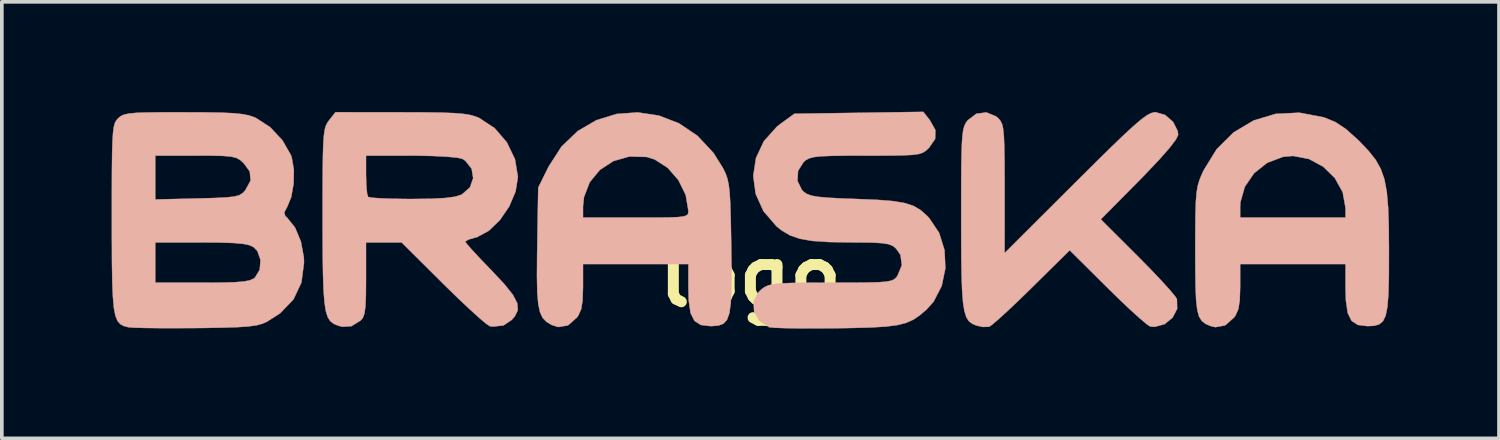
<source format=kicad_pcb>
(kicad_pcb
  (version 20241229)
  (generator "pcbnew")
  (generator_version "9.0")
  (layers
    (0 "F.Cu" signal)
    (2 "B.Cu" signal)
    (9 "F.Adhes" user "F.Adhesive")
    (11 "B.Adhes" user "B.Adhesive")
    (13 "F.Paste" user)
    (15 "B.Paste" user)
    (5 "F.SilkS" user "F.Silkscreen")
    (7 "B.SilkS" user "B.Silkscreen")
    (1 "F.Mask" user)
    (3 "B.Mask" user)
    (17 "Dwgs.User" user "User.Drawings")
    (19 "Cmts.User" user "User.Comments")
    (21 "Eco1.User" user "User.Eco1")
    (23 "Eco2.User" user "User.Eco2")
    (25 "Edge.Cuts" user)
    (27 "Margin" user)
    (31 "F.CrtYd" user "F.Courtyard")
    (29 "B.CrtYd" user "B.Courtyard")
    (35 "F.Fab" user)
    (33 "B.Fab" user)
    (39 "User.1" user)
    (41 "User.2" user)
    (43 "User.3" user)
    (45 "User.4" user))
  (footprint "logo"
    (layer "F.Cu")
    (at 17.446 4.502)
    (property "Reference" "logo" (at 0 0 0) (layer "F.SilkS") (effects (font (size 1.524 1.524) (thickness 0.3))))
    (attr through_hole)
    (fp_poly (pts (xy 15.663 -4.347) (xy 15.675 -4.343) (xy 15.982 -4.216) (xy 16.273 -4.022) (xy 16.602 -3.725) (xy 16.641 -3.687) (xy 16.886 -3.429) (xy 17.076 -3.189) (xy 17.217 -2.94) (xy 17.317 -2.655) (xy 17.382 -2.307) (xy 17.42 -1.869) (xy 17.437 -1.316) (xy 17.441 -0.644) (xy 17.439 -0.012) (xy 17.427 0.472) (xy 17.399 0.826) (xy 17.351 1.07) (xy 17.275 1.226) (xy 17.166 1.311) (xy 17.018 1.348) (xy 16.849 1.355) (xy 16.593 1.323) (xy 16.42 1.211) (xy 16.315 0.997) (xy 16.265 0.656) (xy 16.256 0.32) (xy 16.256 -0.339) (xy 13.377 -0.339) (xy 13.377 0.285) (xy 13.366 0.648) (xy 13.327 0.892) (xy 13.25 1.066) (xy 13.21 1.121) (xy 12.966 1.336) (xy 12.699 1.384) (xy 12.567 1.352) (xy 12.432 1.293) (xy 12.33 1.215) (xy 12.255 1.095) (xy 12.205 0.911) (xy 12.174 0.642) (xy 12.158 0.264) (xy 12.152 -0.245) (xy 12.151 -0.712) (xy 12.152 -1.292) (xy 12.157 -1.73) (xy 12.163 -1.908) (xy 13.377 -1.908) (xy 13.377 -1.609) (xy 16.256 -1.609) (xy 16.256 -1.865) (xy 16.178 -2.302) (xy 15.963 -2.689) (xy 15.645 -3) (xy 15.254 -3.21) (xy 14.821 -3.293) (xy 14.548 -3.269) (xy 14.116 -3.106) (xy 13.759 -2.823) (xy 13.505 -2.453) (xy 13.384 -2.03) (xy 13.377 -1.908) (xy 12.163 -1.908) (xy 12.168 -2.056) (xy 12.188 -2.298) (xy 12.22 -2.483) (xy 12.267 -2.64) (xy 12.332 -2.797) (xy 12.378 -2.897) (xy 12.735 -3.477) (xy 13.196 -3.934) (xy 13.74 -4.259) (xy 14.346 -4.442) (xy 14.994 -4.474) (xy 15.663 -4.347)) (stroke (width 0.01) (type solid)) (fill yes) (layer "B.SilkS"))
    (fp_poly (pts (xy -2.503 -4.396) (xy -1.952 -4.184) (xy -1.447 -3.844) (xy -1.01 -3.377) (xy -0.75 -2.963) (xy -0.683 -2.826) (xy -0.632 -2.687) (xy -0.595 -2.522) (xy -0.568 -2.303) (xy -0.55 -2.003) (xy -0.537 -1.597) (xy -0.527 -1.058) (xy -0.523 -0.82) (xy -0.515 -0.157) (xy -0.518 0.356) (xy -0.537 0.738) (xy -0.576 1.008) (xy -0.641 1.185) (xy -0.738 1.29) (xy -0.87 1.339) (xy -1.044 1.354) (xy -1.098 1.355) (xy -1.354 1.323) (xy -1.528 1.212) (xy -1.634 0.999) (xy -1.684 0.66) (xy -1.693 0.32) (xy -1.693 -0.339) (xy -4.572 -0.339) (xy -4.572 0.285) (xy -4.583 0.648) (xy -4.622 0.892) (xy -4.7 1.066) (xy -4.739 1.121) (xy -4.983 1.335) (xy -5.248 1.381) (xy -5.431 1.322) (xy -5.569 1.239) (xy -5.673 1.132) (xy -5.746 0.977) (xy -5.794 0.752) (xy -5.821 0.434) (xy -5.83 0.000058) (xy -5.826 -0.572) (xy -5.822 -0.811) (xy -5.804 -1.913) (xy -4.572 -1.913) (xy -4.572 -1.609) (xy -3.133 -1.609) (xy -2.609 -1.609) (xy -2.23 -1.613) (xy -1.974 -1.623) (xy -1.816 -1.643) (xy -1.732 -1.675) (xy -1.699 -1.722) (xy -1.694 -1.789) (xy -1.694 -1.799) (xy -1.768 -2.23) (xy -1.967 -2.633) (xy -2.26 -2.969) (xy -2.617 -3.198) (xy -2.834 -3.265) (xy -3.306 -3.278) (xy -3.742 -3.153) (xy -4.112 -2.911) (xy -4.39 -2.574) (xy -4.547 -2.164) (xy -4.572 -1.913) (xy -5.804 -1.913) (xy -5.795 -2.427) (xy -5.515 -2.995) (xy -5.16 -3.548) (xy -4.716 -3.973) (xy -4.206 -4.27) (xy -3.652 -4.44) (xy -3.077 -4.482) (xy -2.503 -4.396)) (stroke (width 0.01) (type solid)) (fill yes) (layer "B.SilkS"))
    (fp_poly (pts (xy 11.328 -4.412) (xy 11.547 -4.221) (xy 11.672 -3.97) (xy 11.684 -3.869) (xy 11.623 -3.742) (xy 11.448 -3.513) (xy 11.168 -3.195) (xy 10.795 -2.801) (xy 10.627 -2.629) (xy 9.57 -1.561) (xy 10.586 -0.548) (xy 10.926 -0.203) (xy 11.223 0.111) (xy 11.458 0.37) (xy 11.607 0.55) (xy 11.65 0.62) (xy 11.656 0.884) (xy 11.531 1.124) (xy 11.314 1.301) (xy 11.043 1.375) (xy 10.922 1.366) (xy 10.823 1.301) (xy 10.627 1.135) (xy 10.356 0.89) (xy 10.034 0.583) (xy 9.758 0.313) (xy 8.721 -0.717) (xy 7.684 0.307) (xy 7.335 0.647) (xy 7.021 0.944) (xy 6.765 1.177) (xy 6.588 1.327) (xy 6.519 1.373) (xy 6.347 1.378) (xy 6.172 1.339) (xy 6.059 1.291) (xy 5.968 1.221) (xy 5.898 1.111) (xy 5.845 0.943) (xy 5.807 0.7) (xy 5.782 0.363) (xy 5.767 -0.086) (xy 5.76 -0.663) (xy 5.757 -1.387) (xy 5.757 -1.601) (xy 5.758 -2.309) (xy 5.76 -2.868) (xy 5.766 -3.298) (xy 5.776 -3.618) (xy 5.792 -3.848) (xy 5.814 -4.008) (xy 5.846 -4.119) (xy 5.887 -4.201) (xy 5.933 -4.264) (xy 6.168 -4.444) (xy 6.445 -4.482) (xy 6.71 -4.373) (xy 6.773 -4.318) (xy 6.83 -4.251) (xy 6.873 -4.165) (xy 6.903 -4.035) (xy 6.923 -3.838) (xy 6.935 -3.55) (xy 6.941 -3.148) (xy 6.943 -2.609) (xy 6.943 -2.394) (xy 6.943 -0.64) (xy 8.873 -2.564) (xy 9.415 -3.102) (xy 9.851 -3.531) (xy 10.196 -3.863) (xy 10.464 -4.11) (xy 10.667 -4.283) (xy 10.82 -4.396) (xy 10.935 -4.459) (xy 11.028 -4.485) (xy 11.068 -4.487) (xy 11.328 -4.412)) (stroke (width 0.01) (type solid)) (fill yes) (layer "B.SilkS"))
    (fp_poly (pts (xy -9.54 -4.485) (xy -8.925 -4.483) (xy -8.454 -4.476) (xy -8.101 -4.463) (xy -7.842 -4.442) (xy -7.65 -4.411) (xy -7.5 -4.367) (xy -7.408 -4.329) (xy -6.986 -4.052) (xy -6.651 -3.663) (xy -6.43 -3.203) (xy -6.35 -2.719) (xy -6.414 -2.32) (xy -6.587 -1.914) (xy -6.84 -1.544) (xy -7.142 -1.251) (xy -7.465 -1.076) (xy -7.524 -1.061) (xy -7.706 -1.007) (xy -7.789 -0.954) (xy -7.789 -0.951) (xy -7.733 -0.874) (xy -7.581 -0.703) (xy -7.356 -0.461) (xy -7.08 -0.175) (xy -7.07 -0.165) (xy -6.717 0.212) (xy -6.485 0.503) (xy -6.367 0.731) (xy -6.353 0.918) (xy -6.433 1.087) (xy -6.519 1.185) (xy -6.743 1.336) (xy -7.024 1.367) (xy -7.112 1.359) (xy -7.21 1.296) (xy -7.405 1.132) (xy -7.677 0.885) (xy -8.006 0.575) (xy -8.37 0.219) (xy -8.383 0.206) (xy -9.527 -0.931) (xy -10.499 -0.931) (xy -10.499 0.072) (xy -10.502 0.512) (xy -10.515 0.815) (xy -10.542 1.011) (xy -10.587 1.132) (xy -10.647 1.202) (xy -10.898 1.358) (xy -11.151 1.372) (xy -11.27 1.339) (xy -11.383 1.291) (xy -11.473 1.221) (xy -11.544 1.111) (xy -11.597 0.943) (xy -11.634 0.7) (xy -11.659 0.363) (xy -11.674 -0.086) (xy -11.682 -0.663) (xy -11.684 -1.387) (xy -11.684 -1.601) (xy -11.684 -2.309) (xy -11.681 -2.868) (xy -11.676 -3.298) (xy -11.676 -3.302) (xy -10.499 -3.302) (xy -10.499 -2.766) (xy -10.49 -2.478) (xy -10.469 -2.263) (xy -10.442 -2.173) (xy -10.341 -2.152) (xy -10.104 -2.135) (xy -9.763 -2.123) (xy -9.352 -2.117) (xy -9.253 -2.117) (xy -8.719 -2.123) (xy -8.329 -2.144) (xy -8.06 -2.181) (xy -7.886 -2.237) (xy -7.88 -2.241) (xy -7.661 -2.433) (xy -7.572 -2.684) (xy -7.614 -2.944) (xy -7.788 -3.162) (xy -7.87 -3.215) (xy -8.01 -3.246) (xy -8.285 -3.272) (xy -8.658 -3.291) (xy -9.095 -3.301) (xy -9.265 -3.302) (xy -10.499 -3.302) (xy -11.676 -3.302) (xy -11.666 -3.618) (xy -11.65 -3.848) (xy -11.627 -4.008) (xy -11.596 -4.119) (xy -11.554 -4.201) (xy -11.509 -4.264) (xy -11.333 -4.487) (xy -9.54 -4.485)) (stroke (width 0.01) (type solid)) (fill yes) (layer "B.SilkS"))
    (fp_poly (pts (xy 4.901 -4.269) (xy 5.053 -3.999) (xy 5.046 -3.758) (xy 4.879 -3.516) (xy 4.872 -3.51) (xy 4.793 -3.436) (xy 4.709 -3.382) (xy 4.592 -3.345) (xy 4.418 -3.321) (xy 4.16 -3.309) (xy 3.79 -3.303) (xy 3.283 -3.302) (xy 3.152 -3.302) (xy 2.608 -3.301) (xy 2.207 -3.295) (xy 1.923 -3.283) (xy 1.73 -3.261) (xy 1.602 -3.226) (xy 1.512 -3.177) (xy 1.455 -3.129) (xy 1.302 -2.887) (xy 1.286 -2.611) (xy 1.407 -2.362) (xy 1.448 -2.32) (xy 1.539 -2.256) (xy 1.666 -2.209) (xy 1.86 -2.175) (xy 2.147 -2.15) (xy 2.557 -2.129) (xy 2.908 -2.117) (xy 3.473 -2.093) (xy 3.899 -2.059) (xy 4.217 -2.006) (xy 4.457 -1.927) (xy 4.65 -1.813) (xy 4.826 -1.656) (xy 4.885 -1.594) (xy 5.156 -1.19) (xy 5.302 -0.72) (xy 5.325 -0.223) (xy 5.225 0.259) (xy 5.004 0.686) (xy 4.813 0.9) (xy 4.628 1.058) (xy 4.45 1.179) (xy 4.251 1.267) (xy 4.005 1.329) (xy 3.686 1.369) (xy 3.267 1.393) (xy 2.72 1.407) (xy 2.328 1.413) (xy 1.803 1.417) (xy 1.332 1.416) (xy 0.942 1.41) (xy 0.66 1.4) (xy 0.516 1.386) (xy 0.508 1.384) (xy 0.244 1.205) (xy 0.101 0.959) (xy 0.089 0.687) (xy 0.216 0.432) (xy 0.308 0.345) (xy 0.394 0.285) (xy 0.496 0.24) (xy 0.638 0.209) (xy 0.845 0.188) (xy 1.142 0.176) (xy 1.554 0.171) (xy 2.107 0.169) (xy 2.208 0.169) (xy 2.781 0.169) (xy 3.208 0.165) (xy 3.513 0.156) (xy 3.721 0.139) (xy 3.853 0.112) (xy 3.936 0.072) (xy 3.991 0.016) (xy 4.017 -0.019) (xy 4.137 -0.31) (xy 4.099 -0.591) (xy 3.979 -0.762) (xy 3.893 -0.833) (xy 3.778 -0.881) (xy 3.604 -0.91) (xy 3.338 -0.926) (xy 2.949 -0.931) (xy 2.731 -0.932) (xy 2.145 -0.941) (xy 1.696 -0.971) (xy 1.352 -1.03) (xy 1.081 -1.124) (xy 0.851 -1.26) (xy 0.712 -1.372) (xy 0.356 -1.786) (xy 0.145 -2.254) (xy 0.078 -2.748) (xy 0.153 -3.239) (xy 0.369 -3.697) (xy 0.725 -4.094) (xy 0.834 -4.178) (xy 1.201 -4.445) (xy 2.962 -4.471) (xy 4.722 -4.497) (xy 4.901 -4.269)) (stroke (width 0.01) (type solid)) (fill yes) (layer "B.SilkS"))
    (fp_poly (pts (xy -15.473 -4.485) (xy -14.886 -4.483) (xy -14.441 -4.475) (xy -14.111 -4.459) (xy -13.869 -4.434) (xy -13.688 -4.397) (xy -13.54 -4.346) (xy -13.504 -4.329) (xy -13.118 -4.079) (xy -12.784 -3.723) (xy -12.554 -3.323) (xy -12.529 -3.255) (xy -12.47 -2.921) (xy -12.477 -2.533) (xy -12.542 -2.166) (xy -12.652 -1.902) (xy -12.732 -1.75) (xy -12.705 -1.654) (xy -12.648 -1.601) (xy -12.435 -1.333) (xy -12.278 -0.956) (xy -12.198 -0.527) (xy -12.192 -0.381) (xy -12.263 0.164) (xy -12.48 0.624) (xy -12.844 1.004) (xy -13.208 1.236) (xy -13.334 1.291) (xy -13.49 1.333) (xy -13.702 1.362) (xy -13.996 1.383) (xy -14.398 1.396) (xy -14.934 1.406) (xy -15.155 1.408) (xy -15.679 1.411) (xy -16.154 1.41) (xy -16.551 1.405) (xy -16.84 1.397) (xy -16.992 1.385) (xy -16.996 1.384) (xy -17.116 1.352) (xy -17.212 1.3) (xy -17.287 1.213) (xy -17.344 1.072) (xy -17.385 0.86) (xy -17.412 0.559) (xy -17.429 0.153) (xy -17.438 -0.376) (xy -17.44 -0.931) (xy -16.256 -0.931) (xy -16.256 0.169) (xy -14.972 0.169) (xy -14.461 0.167) (xy -14.093 0.157) (xy -13.839 0.137) (xy -13.673 0.105) (xy -13.568 0.057) (xy -13.532 0.029) (xy -13.402 -0.186) (xy -13.381 -0.451) (xy -13.464 -0.693) (xy -13.566 -0.8) (xy -13.678 -0.854) (xy -13.851 -0.891) (xy -14.114 -0.915) (xy -14.492 -0.928) (xy -15.005 -0.931) (xy -16.256 -0.931) (xy -17.44 -0.931) (xy -17.441 -1.045) (xy -17.441 -1.585) (xy -17.441 -2.313) (xy -17.439 -2.89) (xy -17.434 -3.302) (xy -16.256 -3.302) (xy -16.256 -2.104) (xy -15.105 -2.131) (xy -14.641 -2.144) (xy -14.316 -2.16) (xy -14.099 -2.184) (xy -13.96 -2.221) (xy -13.869 -2.277) (xy -13.794 -2.357) (xy -13.793 -2.359) (xy -13.651 -2.621) (xy -13.674 -2.868) (xy -13.839 -3.094) (xy -13.932 -3.179) (xy -14.034 -3.237) (xy -14.175 -3.273) (xy -14.389 -3.293) (xy -14.709 -3.301) (xy -15.151 -3.302) (xy -16.256 -3.302) (xy -17.434 -3.302) (xy -17.434 -3.336) (xy -17.424 -3.669) (xy -17.41 -3.909) (xy -17.389 -4.074) (xy -17.361 -4.184) (xy -17.324 -4.258) (xy -17.277 -4.313) (xy -17.272 -4.318) (xy -17.203 -4.377) (xy -17.113 -4.42) (xy -16.978 -4.45) (xy -16.773 -4.47) (xy -16.474 -4.48) (xy -16.055 -4.485) (xy -15.493 -4.485) (xy -15.473 -4.485)) (stroke (width 0.01) (type solid)) (fill yes) (layer "B.SilkS")))
  (gr_rect
    (start -3 -3)
    (end 37.893 8.924)
    (stroke (width 0.1) (type default))
    (fill no)
    (layer "Edge.Cuts")))
</source>
